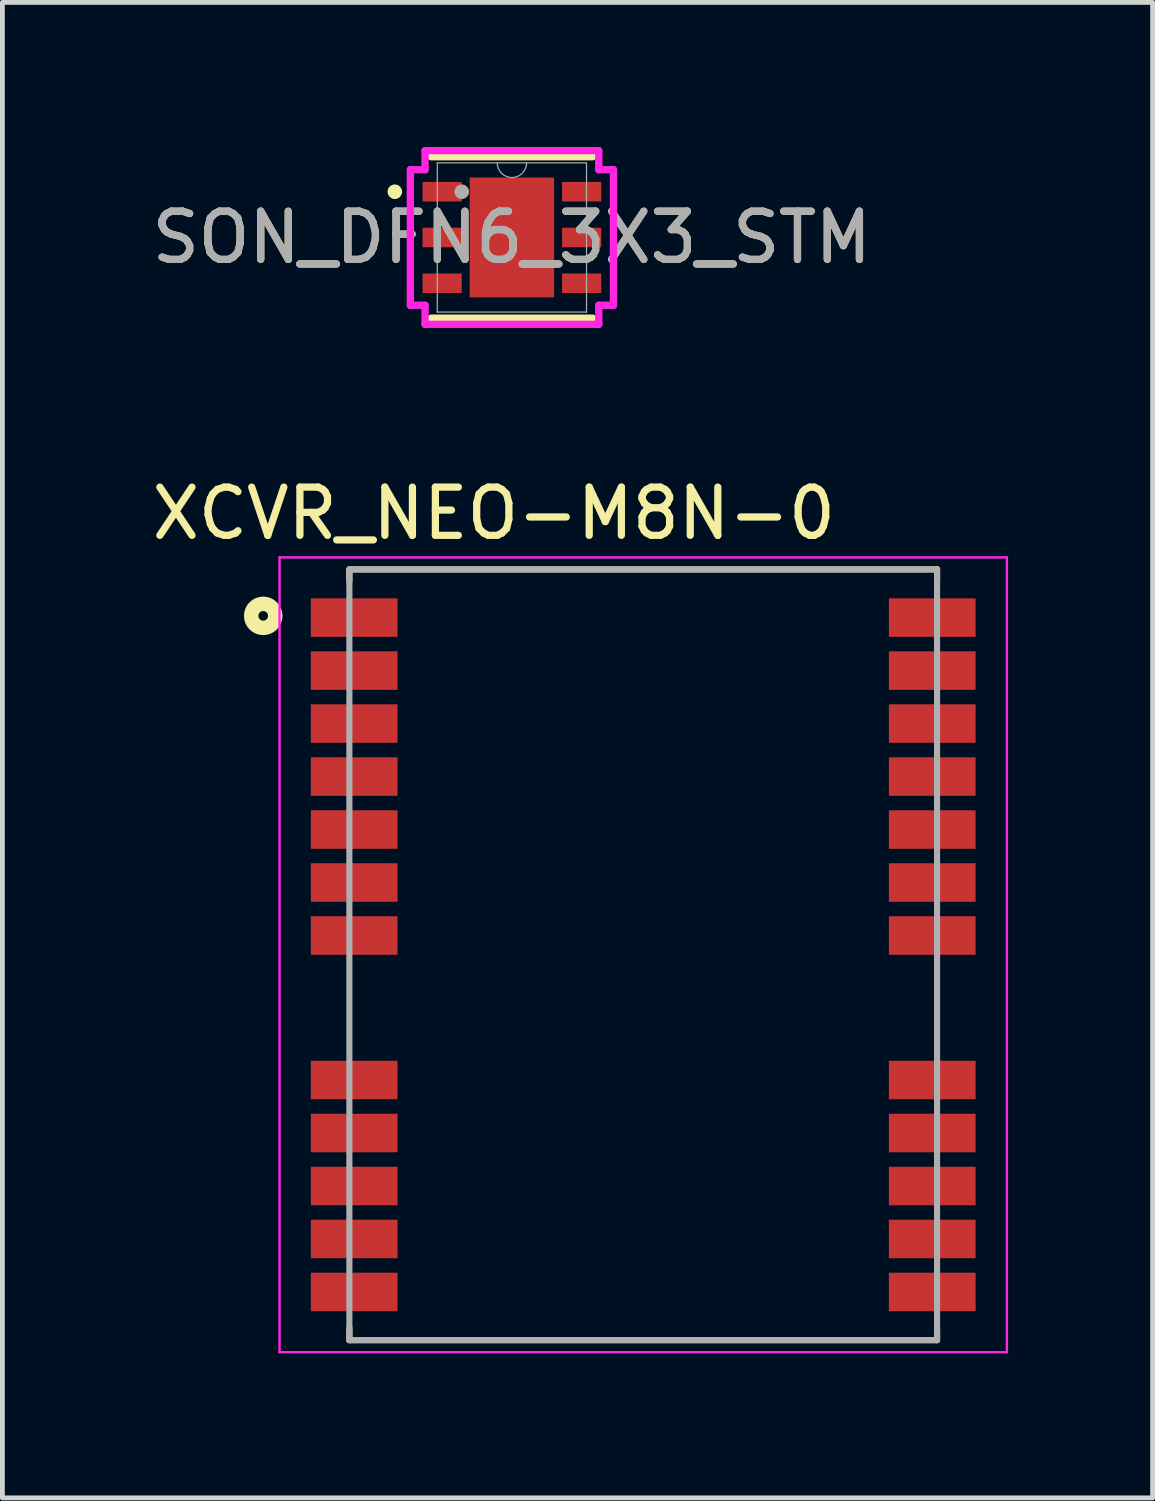
<source format=kicad_pcb>
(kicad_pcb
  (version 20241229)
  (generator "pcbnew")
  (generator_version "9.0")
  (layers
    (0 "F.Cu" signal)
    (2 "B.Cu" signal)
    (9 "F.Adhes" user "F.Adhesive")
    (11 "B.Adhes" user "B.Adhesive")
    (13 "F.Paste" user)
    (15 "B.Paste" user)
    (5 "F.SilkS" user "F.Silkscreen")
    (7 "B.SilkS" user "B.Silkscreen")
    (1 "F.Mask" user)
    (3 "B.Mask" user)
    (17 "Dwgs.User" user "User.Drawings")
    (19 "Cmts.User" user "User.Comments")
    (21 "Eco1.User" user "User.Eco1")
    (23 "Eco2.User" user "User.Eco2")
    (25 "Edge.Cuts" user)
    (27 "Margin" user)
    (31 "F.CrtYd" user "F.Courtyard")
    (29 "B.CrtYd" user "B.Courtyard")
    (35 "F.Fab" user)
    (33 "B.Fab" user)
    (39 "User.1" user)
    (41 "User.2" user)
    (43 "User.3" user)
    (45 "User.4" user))
  (footprint "XCVR_NEO-M8N-0"
    (layer "F.Cu")
    (at 10.303 16.771)
    (property "Reference" "XCVR_NEO-M8N-0" (at -3.099 -9.163 0) (layer "F.SilkS") (effects (font (size 1.001 1.001) (thickness 0.15))))
    (attr smd)
    (fp_line (start -6.1 -8) (end 6.1 -8) (stroke (width 0.127) (type solid)) (layer "F.SilkS"))
    (fp_line (start -6.1 -7.75) (end -6.1 -8) (stroke (width 0.127) (type solid)) (layer "F.SilkS"))
    (fp_line (start -6.1 7.75) (end -6.1 8) (stroke (width 0.127) (type solid)) (layer "F.SilkS"))
    (fp_line (start -6.1 8) (end 6.1 8) (stroke (width 0.127) (type solid)) (layer "F.SilkS"))
    (fp_line (start 6.1 -8) (end 6.1 -7.75) (stroke (width 0.127) (type solid)) (layer "F.SilkS"))
    (fp_line (start 6.1 8) (end 6.1 7.75) (stroke (width 0.127) (type solid)) (layer "F.SilkS"))
    (fp_circle (center -7.889 -7.036) (end -7.789 -7.036) (stroke (width 0.3) (type solid)) (fill no) (layer "F.SilkS"))
    (fp_poly (pts (xy -7.3 -7.4) (xy -6.1 -7.4) (xy -6.1 -6.6) (xy -7.3 -6.6)) (stroke (width 0.0001) (type solid)) (fill yes) (layer "F.Paste"))
    (fp_poly (pts (xy -7.3 -6.3) (xy -6.1 -6.3) (xy -6.1 -5.5) (xy -7.3 -5.5)) (stroke (width 0.0001) (type solid)) (fill yes) (layer "F.Paste"))
    (fp_poly (pts (xy -7.3 -5.2) (xy -6.1 -5.2) (xy -6.1 -4.4) (xy -7.3 -4.4)) (stroke (width 0.0001) (type solid)) (fill yes) (layer "F.Paste"))
    (fp_poly (pts (xy -7.3 -4.1) (xy -6.1 -4.1) (xy -6.1 -3.3) (xy -7.3 -3.3)) (stroke (width 0.0001) (type solid)) (fill yes) (layer "F.Paste"))
    (fp_poly (pts (xy -7.3 -3) (xy -6.1 -3) (xy -6.1 -2.2) (xy -7.3 -2.2)) (stroke (width 0.0001) (type solid)) (fill yes) (layer "F.Paste"))
    (fp_poly (pts (xy -7.3 -1.9) (xy -6.1 -1.9) (xy -6.1 -1.1) (xy -7.3 -1.1)) (stroke (width 0.0001) (type solid)) (fill yes) (layer "F.Paste"))
    (fp_poly (pts (xy -7.3 -0.8) (xy -6.1 -0.8) (xy -6.1 0) (xy -7.3 0)) (stroke (width 0.0001) (type solid)) (fill yes) (layer "F.Paste"))
    (fp_poly (pts (xy -7.3 2.2) (xy -6.1 2.2) (xy -6.1 3) (xy -7.3 3)) (stroke (width 0.0001) (type solid)) (fill yes) (layer "F.Paste"))
    (fp_poly (pts (xy -7.3 3.3) (xy -6.1 3.3) (xy -6.1 4.1) (xy -7.3 4.1)) (stroke (width 0.0001) (type solid)) (fill yes) (layer "F.Paste"))
    (fp_poly (pts (xy -7.3 4.4) (xy -6.1 4.4) (xy -6.1 5.2) (xy -7.3 5.2)) (stroke (width 0.0001) (type solid)) (fill yes) (layer "F.Paste"))
    (fp_poly (pts (xy -7.3 5.5) (xy -6.1 5.5) (xy -6.1 6.3) (xy -7.3 6.3)) (stroke (width 0.0001) (type solid)) (fill yes) (layer "F.Paste"))
    (fp_poly (pts (xy -7.3 6.6) (xy -6.1 6.6) (xy -6.1 7.4) (xy -7.3 7.4)) (stroke (width 0.0001) (type solid)) (fill yes) (layer "F.Paste"))
    (fp_poly (pts (xy -6.1 -7.3) (xy -5.2 -7.3) (xy -5.2 -6.7) (xy -6.1 -6.7)) (stroke (width 0.0001) (type solid)) (fill yes) (layer "F.Paste"))
    (fp_poly (pts (xy -6.1 -6.2) (xy -5.2 -6.2) (xy -5.2 -5.6) (xy -6.1 -5.6)) (stroke (width 0.0001) (type solid)) (fill yes) (layer "F.Paste"))
    (fp_poly (pts (xy -6.1 -5.1) (xy -5.2 -5.1) (xy -5.2 -4.5) (xy -6.1 -4.5)) (stroke (width 0.0001) (type solid)) (fill yes) (layer "F.Paste"))
    (fp_poly (pts (xy -6.1 -4) (xy -5.2 -4) (xy -5.2 -3.4) (xy -6.1 -3.4)) (stroke (width 0.0001) (type solid)) (fill yes) (layer "F.Paste"))
    (fp_poly (pts (xy -6.1 -2.9) (xy -5.2 -2.9) (xy -5.2 -2.3) (xy -6.1 -2.3)) (stroke (width 0.0001) (type solid)) (fill yes) (layer "F.Paste"))
    (fp_poly (pts (xy -6.1 -1.8) (xy -5.2 -1.8) (xy -5.2 -1.2) (xy -6.1 -1.2)) (stroke (width 0.0001) (type solid)) (fill yes) (layer "F.Paste"))
    (fp_poly (pts (xy -6.1 -0.7) (xy -5.2 -0.7) (xy -5.2 -0.1) (xy -6.1 -0.1)) (stroke (width 0.0001) (type solid)) (fill yes) (layer "F.Paste"))
    (fp_poly (pts (xy -6.1 2.3) (xy -5.2 2.3) (xy -5.2 2.9) (xy -6.1 2.9)) (stroke (width 0.0001) (type solid)) (fill yes) (layer "F.Paste"))
    (fp_poly (pts (xy -6.1 3.4) (xy -5.2 3.4) (xy -5.2 4) (xy -6.1 4)) (stroke (width 0.0001) (type solid)) (fill yes) (layer "F.Paste"))
    (fp_poly (pts (xy -6.1 4.5) (xy -5.2 4.5) (xy -5.2 5.1) (xy -6.1 5.1)) (stroke (width 0.0001) (type solid)) (fill yes) (layer "F.Paste"))
    (fp_poly (pts (xy -6.1 5.6) (xy -5.2 5.6) (xy -5.2 6.2) (xy -6.1 6.2)) (stroke (width 0.0001) (type solid)) (fill yes) (layer "F.Paste"))
    (fp_poly (pts (xy -6.1 6.7) (xy -5.2 6.7) (xy -5.2 7.3) (xy -6.1 7.3)) (stroke (width 0.0001) (type solid)) (fill yes) (layer "F.Paste"))
    (fp_poly (pts (xy 6.1 -7.3) (xy 5.2 -7.3) (xy 5.2 -6.7) (xy 6.1 -6.7)) (stroke (width 0.0001) (type solid)) (fill yes) (layer "F.Paste"))
    (fp_poly (pts (xy 6.1 -6.2) (xy 5.2 -6.2) (xy 5.2 -5.6) (xy 6.1 -5.6)) (stroke (width 0.0001) (type solid)) (fill yes) (layer "F.Paste"))
    (fp_poly (pts (xy 6.1 -5.1) (xy 5.2 -5.1) (xy 5.2 -4.5) (xy 6.1 -4.5)) (stroke (width 0.0001) (type solid)) (fill yes) (layer "F.Paste"))
    (fp_poly (pts (xy 6.1 -4) (xy 5.2 -4) (xy 5.2 -3.4) (xy 6.1 -3.4)) (stroke (width 0.0001) (type solid)) (fill yes) (layer "F.Paste"))
    (fp_poly (pts (xy 6.1 -2.9) (xy 5.2 -2.9) (xy 5.2 -2.3) (xy 6.1 -2.3)) (stroke (width 0.0001) (type solid)) (fill yes) (layer "F.Paste"))
    (fp_poly (pts (xy 6.1 -1.8) (xy 5.2 -1.8) (xy 5.2 -1.2) (xy 6.1 -1.2)) (stroke (width 0.0001) (type solid)) (fill yes) (layer "F.Paste"))
    (fp_poly (pts (xy 6.1 -0.7) (xy 5.2 -0.7) (xy 5.2 -0.1) (xy 6.1 -0.1)) (stroke (width 0.0001) (type solid)) (fill yes) (layer "F.Paste"))
    (fp_poly (pts (xy 6.1 2.3) (xy 5.2 2.3) (xy 5.2 2.9) (xy 6.1 2.9)) (stroke (width 0.0001) (type solid)) (fill yes) (layer "F.Paste"))
    (fp_poly (pts (xy 6.1 3.4) (xy 5.2 3.4) (xy 5.2 4) (xy 6.1 4)) (stroke (width 0.0001) (type solid)) (fill yes) (layer "F.Paste"))
    (fp_poly (pts (xy 6.1 4.5) (xy 5.2 4.5) (xy 5.2 5.1) (xy 6.1 5.1)) (stroke (width 0.0001) (type solid)) (fill yes) (layer "F.Paste"))
    (fp_poly (pts (xy 6.1 5.6) (xy 5.2 5.6) (xy 5.2 6.2) (xy 6.1 6.2)) (stroke (width 0.0001) (type solid)) (fill yes) (layer "F.Paste"))
    (fp_poly (pts (xy 6.1 6.7) (xy 5.2 6.7) (xy 5.2 7.3) (xy 6.1 7.3)) (stroke (width 0.0001) (type solid)) (fill yes) (layer "F.Paste"))
    (fp_poly (pts (xy 7.3 -7.4) (xy 6.1 -7.4) (xy 6.1 -6.6) (xy 7.3 -6.6)) (stroke (width 0.0001) (type solid)) (fill yes) (layer "F.Paste"))
    (fp_poly (pts (xy 7.3 -6.3) (xy 6.1 -6.3) (xy 6.1 -5.5) (xy 7.3 -5.5)) (stroke (width 0.0001) (type solid)) (fill yes) (layer "F.Paste"))
    (fp_poly (pts (xy 7.3 -5.2) (xy 6.1 -5.2) (xy 6.1 -4.4) (xy 7.3 -4.4)) (stroke (width 0.0001) (type solid)) (fill yes) (layer "F.Paste"))
    (fp_poly (pts (xy 7.3 -4.1) (xy 6.1 -4.1) (xy 6.1 -3.3) (xy 7.3 -3.3)) (stroke (width 0.0001) (type solid)) (fill yes) (layer "F.Paste"))
    (fp_poly (pts (xy 7.3 -3) (xy 6.1 -3) (xy 6.1 -2.2) (xy 7.3 -2.2)) (stroke (width 0.0001) (type solid)) (fill yes) (layer "F.Paste"))
    (fp_poly (pts (xy 7.3 -1.9) (xy 6.1 -1.9) (xy 6.1 -1.1) (xy 7.3 -1.1)) (stroke (width 0.0001) (type solid)) (fill yes) (layer "F.Paste"))
    (fp_poly (pts (xy 7.3 -0.8) (xy 6.1 -0.8) (xy 6.1 0) (xy 7.3 0)) (stroke (width 0.0001) (type solid)) (fill yes) (layer "F.Paste"))
    (fp_poly (pts (xy 7.3 2.2) (xy 6.1 2.2) (xy 6.1 3) (xy 7.3 3)) (stroke (width 0.0001) (type solid)) (fill yes) (layer "F.Paste"))
    (fp_poly (pts (xy 7.3 3.3) (xy 6.1 3.3) (xy 6.1 4.1) (xy 7.3 4.1)) (stroke (width 0.0001) (type solid)) (fill yes) (layer "F.Paste"))
    (fp_poly (pts (xy 7.3 4.4) (xy 6.1 4.4) (xy 6.1 5.2) (xy 7.3 5.2)) (stroke (width 0.0001) (type solid)) (fill yes) (layer "F.Paste"))
    (fp_poly (pts (xy 7.3 5.5) (xy 6.1 5.5) (xy 6.1 6.3) (xy 7.3 6.3)) (stroke (width 0.0001) (type solid)) (fill yes) (layer "F.Paste"))
    (fp_poly (pts (xy 7.3 6.6) (xy 6.1 6.6) (xy 6.1 7.4) (xy 7.3 7.4)) (stroke (width 0.0001) (type solid)) (fill yes) (layer "F.Paste"))
    (fp_line (start -7.55 -8.25) (end 7.55 -8.25) (stroke (width 0.05) (type solid)) (layer "F.CrtYd"))
    (fp_line (start -7.55 8.25) (end -7.55 -8.25) (stroke (width 0.05) (type solid)) (layer "F.CrtYd"))
    (fp_line (start 7.55 -8.25) (end 7.55 8.25) (stroke (width 0.05) (type solid)) (layer "F.CrtYd"))
    (fp_line (start 7.55 8.25) (end -7.55 8.25) (stroke (width 0.05) (type solid)) (layer "F.CrtYd"))
    (fp_line (start -6.1 -8) (end 6.1 -8) (stroke (width 0.127) (type solid)) (layer "F.Fab"))
    (fp_line (start -6.1 8) (end -6.1 -8) (stroke (width 0.127) (type solid)) (layer "F.Fab"))
    (fp_line (start 6.1 -8) (end 6.1 8) (stroke (width 0.127) (type solid)) (layer "F.Fab"))
    (fp_line (start 6.1 8) (end -6.1 8) (stroke (width 0.127) (type solid)) (layer "F.Fab"))
    (pad "1" smd rect (at -6 -7) (size 1.8 0.8) (layers "F.Cu" "F.Mask"))
    (pad "2" smd rect (at -6 -5.9) (size 1.8 0.8) (layers "F.Cu" "F.Mask"))
    (pad "3" smd rect (at -6 -4.8) (size 1.8 0.8) (layers "F.Cu" "F.Mask"))
    (pad "4" smd rect (at -6 -3.7) (size 1.8 0.8) (layers "F.Cu" "F.Mask"))
    (pad "5" smd rect (at -6 -2.6) (size 1.8 0.8) (layers "F.Cu" "F.Mask"))
    (pad "6" smd rect (at -6 -1.5) (size 1.8 0.8) (layers "F.Cu" "F.Mask"))
    (pad "7" smd rect (at -6 -0.4) (size 1.8 0.8) (layers "F.Cu" "F.Mask"))
    (pad "8" smd rect (at -6 2.6) (size 1.8 0.8) (layers "F.Cu" "F.Mask"))
    (pad "9" smd rect (at -6 3.7) (size 1.8 0.8) (layers "F.Cu" "F.Mask"))
    (pad "10" smd rect (at -6 4.8) (size 1.8 0.8) (layers "F.Cu" "F.Mask"))
    (pad "11" smd rect (at -6 5.9) (size 1.8 0.8) (layers "F.Cu" "F.Mask"))
    (pad "12" smd rect (at -6 7) (size 1.8 0.8) (layers "F.Cu" "F.Mask"))
    (pad "13" smd rect (at 6 7) (size 1.8 0.8) (layers "F.Cu" "F.Mask"))
    (pad "14" smd rect (at 6 5.9) (size 1.8 0.8) (layers "F.Cu" "F.Mask"))
    (pad "15" smd rect (at 6 4.8) (size 1.8 0.8) (layers "F.Cu" "F.Mask"))
    (pad "16" smd rect (at 6 3.7) (size 1.8 0.8) (layers "F.Cu" "F.Mask"))
    (pad "17" smd rect (at 6 2.6) (size 1.8 0.8) (layers "F.Cu" "F.Mask"))
    (pad "18" smd rect (at 6 -0.4) (size 1.8 0.8) (layers "F.Cu" "F.Mask"))
    (pad "19" smd rect (at 6 -1.5) (size 1.8 0.8) (layers "F.Cu" "F.Mask"))
    (pad "20" smd rect (at 6 -2.6) (size 1.8 0.8) (layers "F.Cu" "F.Mask"))
    (pad "21" smd rect (at 6 -3.7) (size 1.8 0.8) (layers "F.Cu" "F.Mask"))
    (pad "22" smd rect (at 6 -4.8) (size 1.8 0.8) (layers "F.Cu" "F.Mask"))
    (pad "23" smd rect (at 6 -5.9) (size 1.8 0.8) (layers "F.Cu" "F.Mask"))
    (pad "24" smd rect (at 6 -7) (size 1.8 0.8) (layers "F.Cu" "F.Mask")))
  (footprint "SON_DFN6_3X3_STM"
    (layer "F.Cu")
    (at 7.577 1.88)
    (property "Reference" "SON_DFN6_3X3_STM" (at 0 0 0) (unlocked yes) (layer "F.SilkS") (effects (font (size 1 1) (thickness 0.15))))
    (attr smd)
    (fp_line (start -1.676 1.676) (end 1.676 1.676) (stroke (width 0.152) (type solid)) (layer "F.SilkS"))
    (fp_line (start 1.676 -1.676) (end -1.676 -1.676) (stroke (width 0.152) (type solid)) (layer "F.SilkS"))
    (fp_circle (center -2.431 -0.95) (end -2.355 -0.95) (stroke (width 0.152) (type solid)) (fill no) (layer "F.SilkS"))
    (fp_line (start -2.108 -1.407) (end -1.803 -1.407) (stroke (width 0.152) (type solid)) (layer "F.CrtYd"))
    (fp_line (start -2.108 1.407) (end -2.108 -1.407) (stroke (width 0.152) (type solid)) (layer "F.CrtYd"))
    (fp_line (start -2.108 1.407) (end -1.803 1.407) (stroke (width 0.152) (type solid)) (layer "F.CrtYd"))
    (fp_line (start -1.803 -1.803) (end 1.803 -1.803) (stroke (width 0.152) (type solid)) (layer "F.CrtYd"))
    (fp_line (start -1.803 -1.407) (end -1.803 -1.803) (stroke (width 0.152) (type solid)) (layer "F.CrtYd"))
    (fp_line (start -1.803 1.803) (end -1.803 1.407) (stroke (width 0.152) (type solid)) (layer "F.CrtYd"))
    (fp_line (start 1.803 -1.803) (end 1.803 -1.407) (stroke (width 0.152) (type solid)) (layer "F.CrtYd"))
    (fp_line (start 1.803 1.407) (end 1.803 1.803) (stroke (width 0.152) (type solid)) (layer "F.CrtYd"))
    (fp_line (start 1.803 1.803) (end -1.803 1.803) (stroke (width 0.152) (type solid)) (layer "F.CrtYd"))
    (fp_line (start 2.108 -1.407) (end 1.803 -1.407) (stroke (width 0.152) (type solid)) (layer "F.CrtYd"))
    (fp_line (start 2.108 -1.407) (end 2.108 1.407) (stroke (width 0.152) (type solid)) (layer "F.CrtYd"))
    (fp_line (start 2.108 1.407) (end 1.803 1.407) (stroke (width 0.152) (type solid)) (layer "F.CrtYd"))
    (fp_line (start -1.549 -1.549) (end -1.549 1.549) (stroke (width 0.025) (type solid)) (layer "F.Fab"))
    (fp_line (start -1.549 1.549) (end 1.549 1.549) (stroke (width 0.025) (type solid)) (layer "F.Fab"))
    (fp_line (start 1.549 -1.549) (end -1.549 -1.549) (stroke (width 0.025) (type solid)) (layer "F.Fab"))
    (fp_line (start 1.549 1.549) (end 1.549 -1.549) (stroke (width 0.025) (type solid)) (layer "F.Fab"))
    (fp_arc (start 0.3048 -1.5494) (mid 0 -1.2446) (end -0.3048 -1.5494) (stroke (width 0.0254) (type solid)) (layer "F.Fab"))
    (fp_circle (center -1.041 -0.95) (end -0.965 -0.95) (stroke (width 0.152) (type solid)) (fill no) (layer "F.Fab"))
    (fp_text user "${REFERENCE}" (at 0 0 0) (unlocked yes) (layer "F.Fab") (effects (font (size 1 1) (thickness 0.15))))
    (pad "1" smd rect (at -1.448 -0.95) (size 0.813 0.406) (layers "F.Cu" "F.Mask" "F.Paste"))
    (pad "2" smd rect (at -1.448 0) (size 0.813 0.406) (layers "F.Cu" "F.Mask" "F.Paste"))
    (pad "3" smd rect (at -1.448 0.95) (size 0.813 0.406) (layers "F.Cu" "F.Mask" "F.Paste"))
    (pad "4" smd rect (at 1.448 0.95) (size 0.813 0.406) (layers "F.Cu" "F.Mask" "F.Paste"))
    (pad "5" smd rect (at 1.448 0) (size 0.813 0.406) (layers "F.Cu" "F.Mask" "F.Paste"))
    (pad "6" smd rect (at 1.448 -0.95) (size 0.813 0.406) (layers "F.Cu" "F.Mask" "F.Paste"))
    (pad "7" smd rect (at 0 0) (size 1.753 2.489) (layers "F.Cu" "F.Mask" "F.Paste")))
  (gr_rect
    (start -3 -3)
    (end 20.878 28.046)
    (stroke (width 0.1) (type default))
    (fill no)
    (layer "Edge.Cuts")))
</source>
